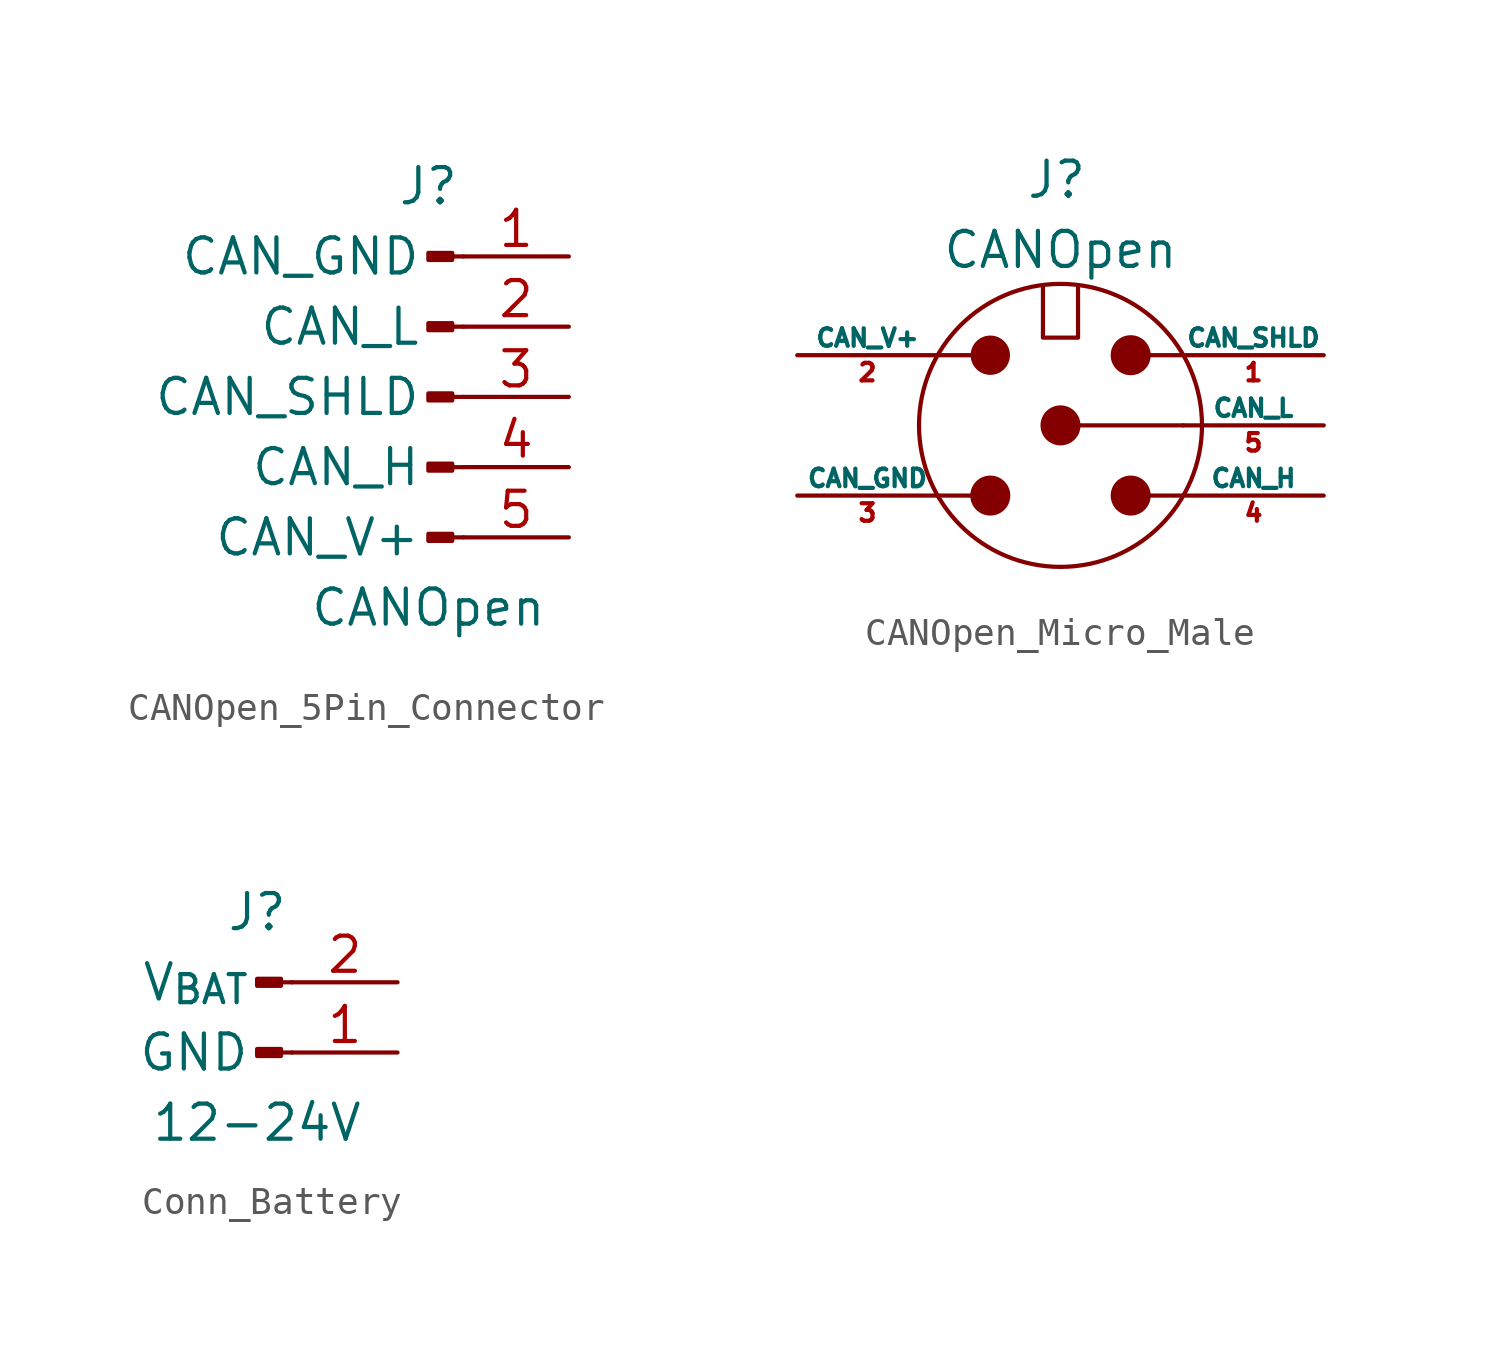
<source format=kicad_sym>
(kicad_symbol_lib
  (version 20220914)
  (generator kicad_symbol_editor)
  (symbol "CANOpen_5Pin_Connector"
    (pin_names
      (offset 1.524))
    (property "Reference" "J"
      (at 0 7.62 0)
      (effects (font (size 1.27 1.27))))
    (property "Value" "CANOpen"
      (at 0 -7.62 0)
      (effects (font (size 1.27 1.27))))
    (symbol "CANOpen_5Pin_Connector_1_1"
      (polyline (pts (xy 1.27 -5.08) (xy 0.864 -5.08)) (stroke (width 0.152) (type default)) (fill (type none)))
      (polyline (pts (xy 1.27 -2.54) (xy 0.864 -2.54)) (stroke (width 0.152) (type default)) (fill (type none)))
      (polyline (pts (xy 1.27 0) (xy 0.864 0)) (stroke (width 0.152) (type default)) (fill (type none)))
      (polyline (pts (xy 1.27 2.54) (xy 0.864 2.54)) (stroke (width 0.152) (type default)) (fill (type none)))
      (polyline (pts (xy 1.27 5.08) (xy 0.864 5.08)) (stroke (width 0.152) (type default)) (fill (type none)))
      (rectangle (start 0.864 -4.953) (end 0 -5.207) (stroke (width 0.152) (type default)) (fill (type outline)))
      (rectangle (start 0.864 -2.413) (end 0 -2.667) (stroke (width 0.152) (type default)) (fill (type outline)))
      (rectangle (start 0.864 0.127) (end 0 -0.127) (stroke (width 0.152) (type default)) (fill (type outline)))
      (rectangle (start 0.864 2.667) (end 0 2.413) (stroke (width 0.152) (type default)) (fill (type outline)))
      (rectangle (start 0.864 5.207) (end 0 4.953) (stroke (width 0.152) (type default)) (fill (type outline)))
      (pin power_out line (at 5.08 5.08 180) (length 3.81) (name "CAN_GND" (effects (font (size 1.27 1.27)))) (number "1" (effects (font (size 1.27 1.27)))))
      (pin bidirectional line (at 5.08 2.54 180) (length 3.81) (name "CAN_L" (effects (font (size 1.27 1.27)))) (number "2" (effects (font (size 1.27 1.27)))))
      (pin passive line (at 5.08 0 180) (length 3.81) (name "CAN_SHLD" (effects (font (size 1.27 1.27)))) (number "3" (effects (font (size 1.27 1.27)))))
      (pin bidirectional line (at 5.08 -2.54 180) (length 3.81) (name "CAN_H" (effects (font (size 1.27 1.27)))) (number "4" (effects (font (size 1.27 1.27)))))
      (pin power_out line (at 5.08 -5.08 180) (length 3.81) (name "CAN_V+" (effects (font (size 1.27 1.27)))) (number "5" (effects (font (size 1.27 1.27)))))))
  (symbol "CANOpen_Micro_Male"
    (pin_names
      (offset 0))
    (property "Reference" "J"
      (at -1.27 8.89 0)
      (effects (font (size 1.27 1.27)) (justify left)))
    (property "Value" "CANOpen"
      (at 0 6.35 0)
      (effects (font (size 1.27 1.27))))
    (symbol "CANOpen_Micro_Male_0_1"
      (circle (center -2.54 -2.54) (radius 0.648) (stroke (width 0) (type default)) (fill (type outline)))
      (circle (center -2.54 2.54) (radius 0.635) (stroke (width 0) (type default)) (fill (type outline)))
      (polyline (pts (xy -4.445 -2.54) (xy -3.175 -2.54)) (stroke (width 0) (type default)) (fill (type none)))
      (polyline (pts (xy -4.445 2.54) (xy -3.175 2.54)) (stroke (width 0) (type default)) (fill (type none)))
      (polyline (pts (xy 0 0) (xy 4.445 0)) (stroke (width 0) (type default)) (fill (type none)))
      (polyline (pts (xy 2.54 -2.54) (xy 4.445 -2.54)) (stroke (width 0) (type default)) (fill (type none)))
      (polyline (pts (xy 2.54 2.54) (xy 4.445 2.54)) (stroke (width 0) (type default)) (fill (type none)))
      (polyline (pts (xy -0.635 5.08) (xy -0.635 3.175) (xy 0.635 3.175) (xy 0.635 5.08)) (stroke (width 0) (type default)) (fill (type none)))
      (circle (center 0 0) (radius 0.648) (stroke (width 0) (type default)) (fill (type outline)))
      (circle (center 0 0) (radius 5.12) (stroke (width 0) (type default)) (fill (type none)))
      (circle (center 2.54 -2.54) (radius 0.648) (stroke (width 0) (type default)) (fill (type outline)))
      (circle (center 2.54 2.54) (radius 0.648) (stroke (width 0) (type default)) (fill (type outline))))
    (symbol "CANOpen_Micro_Male_1_1"
      (pin passive line (at 9.525 2.54 180) (length 5.08) (name "CAN_SHLD" (effects (font (size 0.635 0.635)))) (number "1" (effects (font (size 0.635 0.635)))))
      (pin power_out line (at -9.525 2.54 0) (length 5.08) (name "CAN_V+" (effects (font (size 0.635 0.635)))) (number "2" (effects (font (size 0.635 0.635)))))
      (pin power_out line (at -9.525 -2.54 0) (length 5.08) (name "CAN_GND" (effects (font (size 0.635 0.635)))) (number "3" (effects (font (size 0.635 0.635)))))
      (pin bidirectional line (at 9.525 -2.54 180) (length 5.08) (name "CAN_H" (effects (font (size 0.635 0.635)))) (number "4" (effects (font (size 0.635 0.635)))))
      (pin bidirectional line (at 9.525 0 180) (length 5.08) (name "CAN_L" (effects (font (size 0.635 0.635)))) (number "5" (effects (font (size 0.635 0.635)))))))
  (symbol "Conn_Battery"
    (pin_names
      (offset 1.524))
    (property "Reference" "J"
      (at 0 2.54 0)
      (effects (font (size 1.27 1.27))))
    (property "Value" "12-24V"
      (at 0 -5.08 0)
      (effects (font (size 1.27 1.27))))
    (symbol "Conn_Battery_1_1"
      (polyline (pts (xy 1.27 -2.54) (xy 0.864 -2.54)) (stroke (width 0.152) (type default)) (fill (type none)))
      (polyline (pts (xy 1.27 0) (xy 0.864 0)) (stroke (width 0.152) (type default)) (fill (type none)))
      (rectangle (start 0.864 -2.413) (end 0 -2.667) (stroke (width 0.152) (type default)) (fill (type outline)))
      (rectangle (start 0.864 0.127) (end 0 -0.127) (stroke (width 0.152) (type default)) (fill (type outline)))
      (pin power_out line (at 5.08 -2.54 180) (length 3.81) (name "GND" (effects (font (size 1.27 1.27)))) (number "1" (effects (font (size 1.27 1.27)))))
      (pin power_out line (at 5.08 0 180) (length 3.81) (name "V_{BAT}" (effects (font (size 1.27 1.27)))) (number "2" (effects (font (size 1.27 1.27))))))))
</source>
